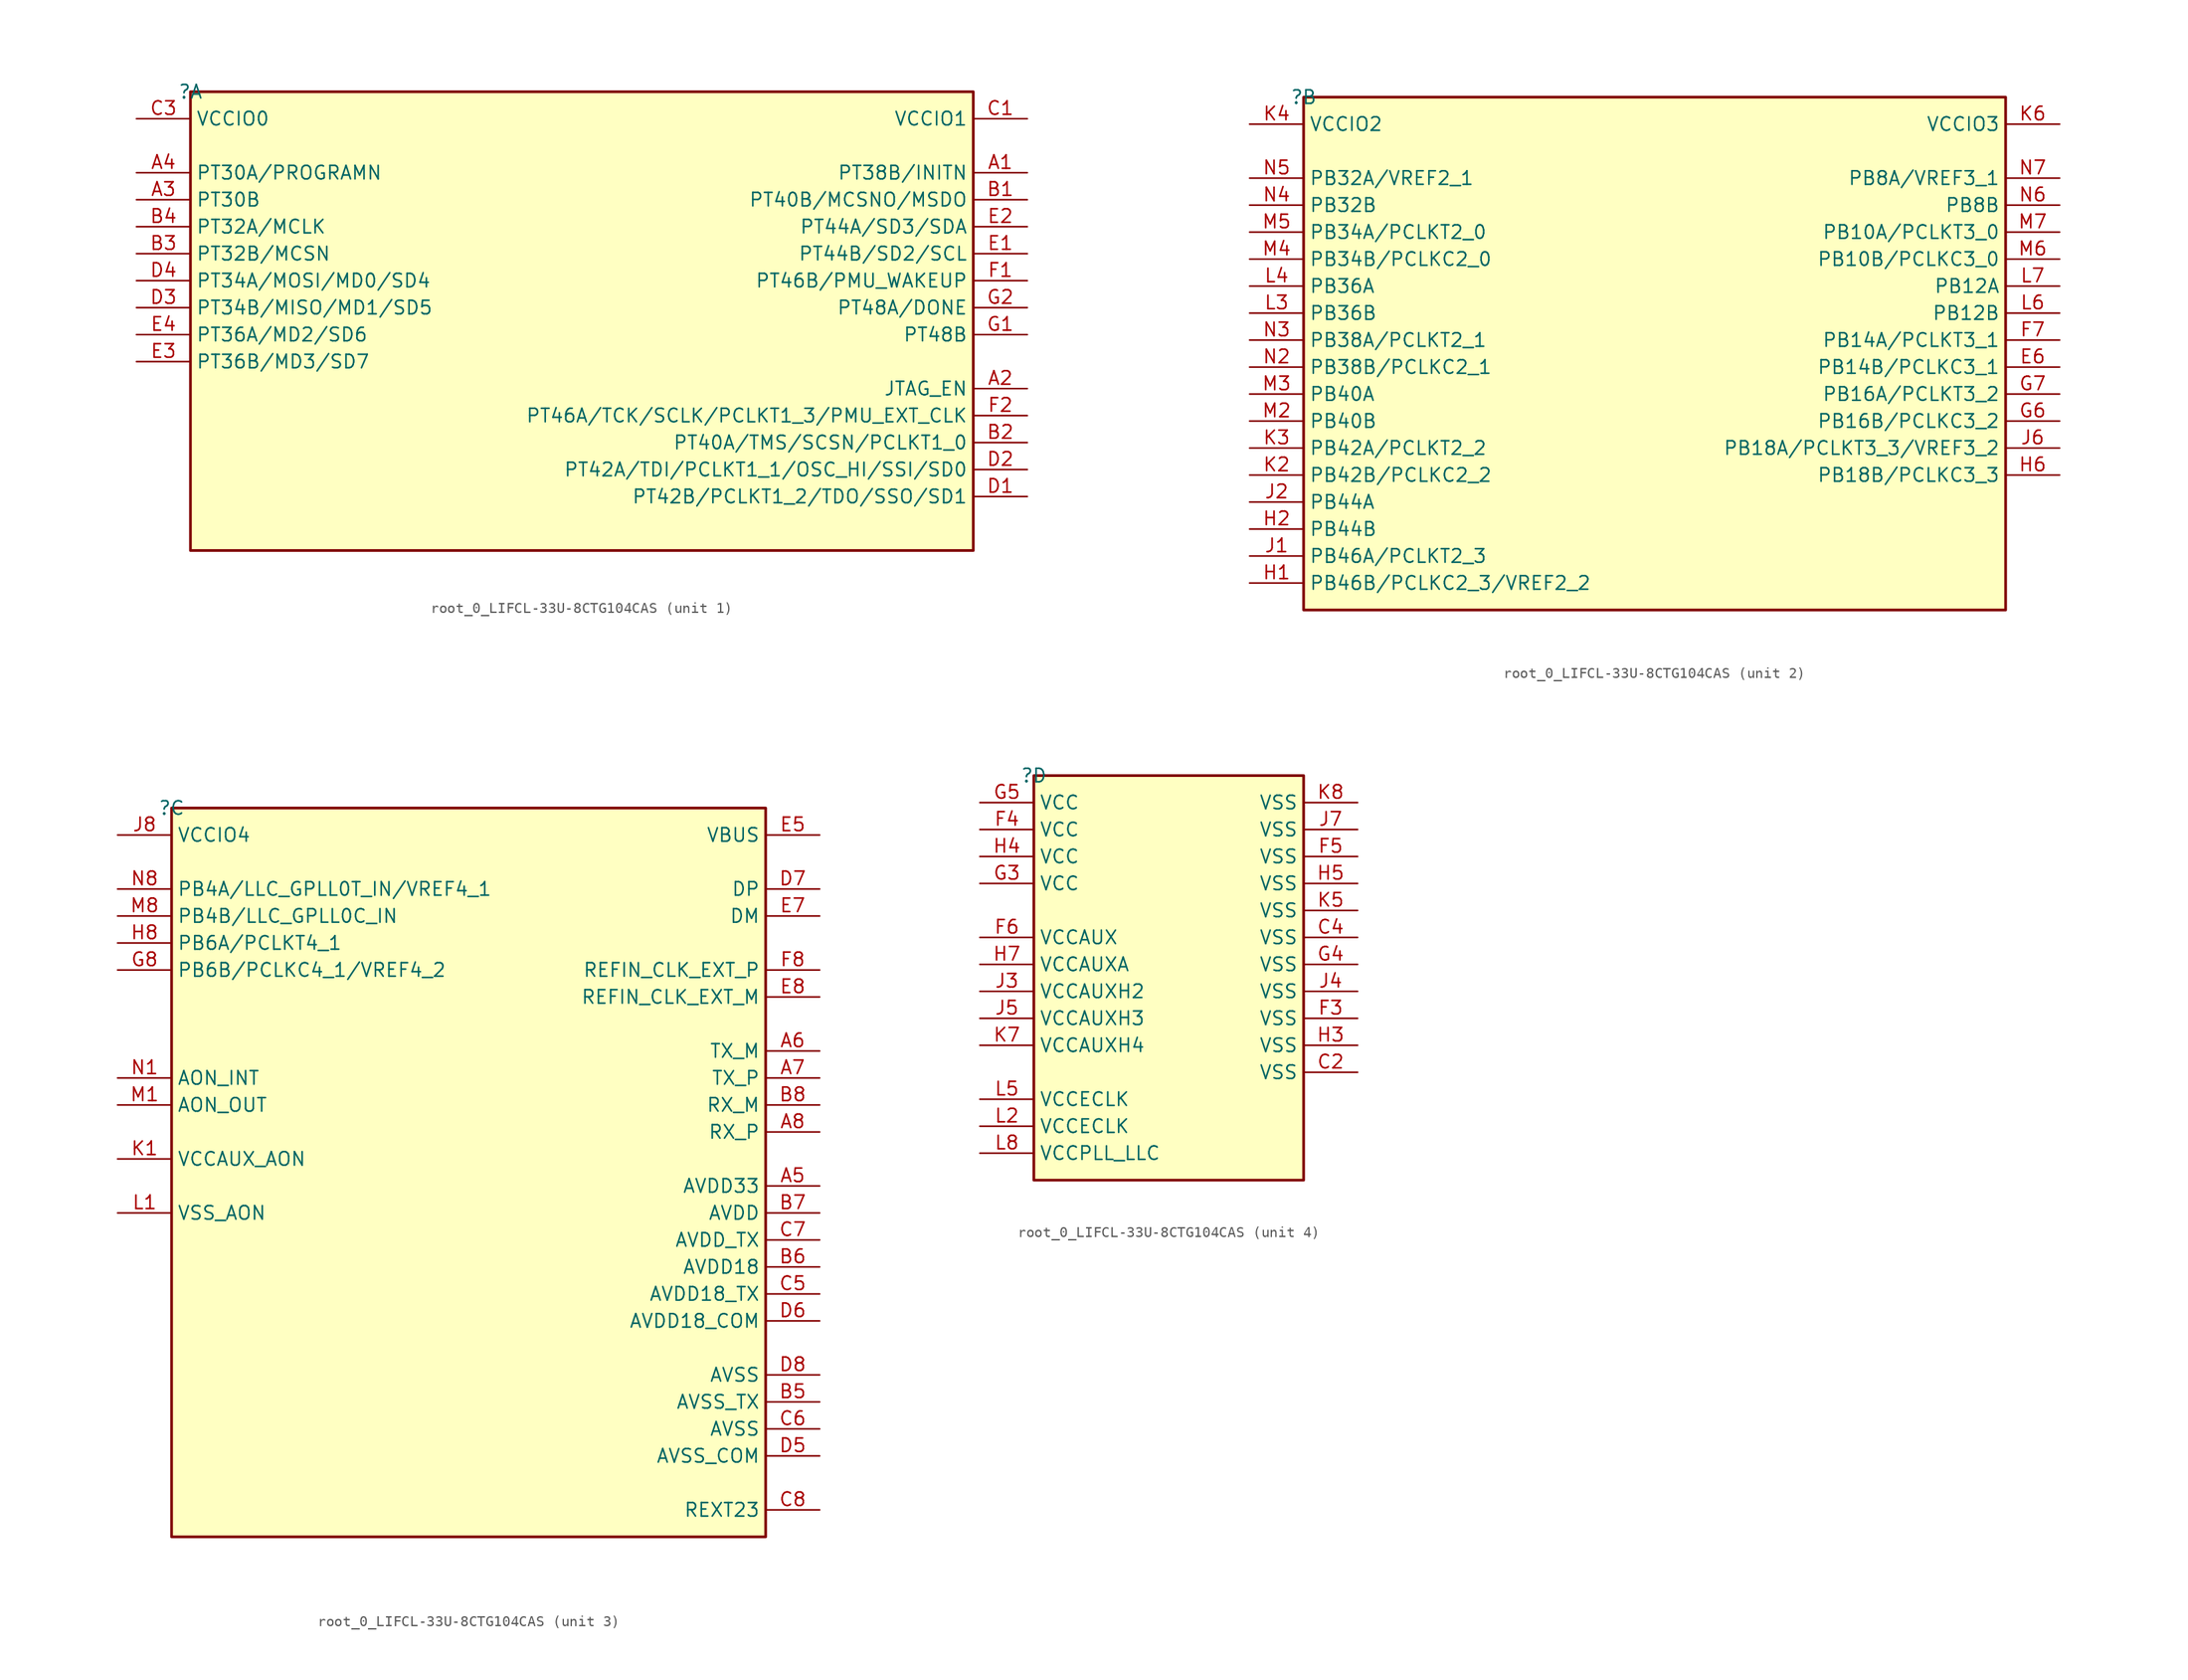
<source format=kicad_sym>
(kicad_symbol_lib
  (version 20231120)
  (generator "kicad_symbol_editor")
  (generator_version "8.0")
  (symbol "root_0_LIFCL-33U-8CTG104CAS"
    (property "Reference" ""
      (at 0 0 0)
      (effects (font (size 1.27 1.27))))
    (property "Value" ""
      (at 0 0 0)
      (effects (font (size 1.27 1.27))))
    (symbol "root_0_LIFCL-33U-8CTG104CAS_1_0"
      (rectangle (start 73.66 0) (end 0 -43.18) (stroke (width 0.254) (type solid) (color 128 0 0 1)) (fill (type background)))
      (pin bidirectional line (at 78.74 -7.62 180) (length 5.08) (name "PT38B/INITN" (effects (font (size 1.27 1.27)))) (number "A1" (effects (font (size 1.27 1.27)))))
      (pin bidirectional line (at 78.74 -27.94 180) (length 5.08) (name "JTAG_EN" (effects (font (size 1.27 1.27)))) (number "A2" (effects (font (size 1.27 1.27)))))
      (pin bidirectional line (at -5.08 -10.16 0) (length 5.08) (name "PT30B" (effects (font (size 1.27 1.27)))) (number "A3" (effects (font (size 1.27 1.27)))))
      (pin bidirectional line (at -5.08 -7.62 0) (length 5.08) (name "PT30A/PROGRAMN" (effects (font (size 1.27 1.27)))) (number "A4" (effects (font (size 1.27 1.27)))))
      (pin bidirectional line (at 78.74 -10.16 180) (length 5.08) (name "PT40B/MCSNO/MSDO" (effects (font (size 1.27 1.27)))) (number "B1" (effects (font (size 1.27 1.27)))))
      (pin bidirectional line (at 78.74 -33.02 180) (length 5.08) (name "PT40A/TMS/SCSN/PCLKT1_0" (effects (font (size 1.27 1.27)))) (number "B2" (effects (font (size 1.27 1.27)))))
      (pin bidirectional line (at -5.08 -15.24 0) (length 5.08) (name "PT32B/MCSN" (effects (font (size 1.27 1.27)))) (number "B3" (effects (font (size 1.27 1.27)))))
      (pin bidirectional line (at -5.08 -12.7 0) (length 5.08) (name "PT32A/MCLK" (effects (font (size 1.27 1.27)))) (number "B4" (effects (font (size 1.27 1.27)))))
      (pin power_in line (at 78.74 -2.54 180) (length 5.08) (name "VCCIO1" (effects (font (size 1.27 1.27)))) (number "C1" (effects (font (size 1.27 1.27)))))
      (pin power_in line (at -5.08 -2.54 0) (length 5.08) (name "VCCIO0" (effects (font (size 1.27 1.27)))) (number "C3" (effects (font (size 1.27 1.27)))))
      (pin bidirectional line (at 78.74 -38.1 180) (length 5.08) (name "PT42B/PCLKT1_2/TDO/SSO/SD1" (effects (font (size 1.27 1.27)))) (number "D1" (effects (font (size 1.27 1.27)))))
      (pin bidirectional line (at 78.74 -35.56 180) (length 5.08) (name "PT42A/TDI/PCLKT1_1/OSC_HI/SSI/SD0" (effects (font (size 1.27 1.27)))) (number "D2" (effects (font (size 1.27 1.27)))))
      (pin bidirectional line (at -5.08 -20.32 0) (length 5.08) (name "PT34B/MISO/MD1/SD5" (effects (font (size 1.27 1.27)))) (number "D3" (effects (font (size 1.27 1.27)))))
      (pin bidirectional line (at -5.08 -17.78 0) (length 5.08) (name "PT34A/MOSI/MD0/SD4" (effects (font (size 1.27 1.27)))) (number "D4" (effects (font (size 1.27 1.27)))))
      (pin bidirectional line (at 78.74 -15.24 180) (length 5.08) (name "PT44B/SD2/SCL" (effects (font (size 1.27 1.27)))) (number "E1" (effects (font (size 1.27 1.27)))))
      (pin bidirectional line (at 78.74 -12.7 180) (length 5.08) (name "PT44A/SD3/SDA" (effects (font (size 1.27 1.27)))) (number "E2" (effects (font (size 1.27 1.27)))))
      (pin bidirectional line (at -5.08 -25.4 0) (length 5.08) (name "PT36B/MD3/SD7" (effects (font (size 1.27 1.27)))) (number "E3" (effects (font (size 1.27 1.27)))))
      (pin bidirectional line (at -5.08 -22.86 0) (length 5.08) (name "PT36A/MD2/SD6" (effects (font (size 1.27 1.27)))) (number "E4" (effects (font (size 1.27 1.27)))))
      (pin bidirectional line (at 78.74 -17.78 180) (length 5.08) (name "PT46B/PMU_WAKEUP" (effects (font (size 1.27 1.27)))) (number "F1" (effects (font (size 1.27 1.27)))))
      (pin bidirectional line (at 78.74 -30.48 180) (length 5.08) (name "PT46A/TCK/SCLK/PCLKT1_3/PMU_EXT_CLK" (effects (font (size 1.27 1.27)))) (number "F2" (effects (font (size 1.27 1.27)))))
      (pin bidirectional line (at 78.74 -22.86 180) (length 5.08) (name "PT48B" (effects (font (size 1.27 1.27)))) (number "G1" (effects (font (size 1.27 1.27)))))
      (pin bidirectional line (at 78.74 -20.32 180) (length 5.08) (name "PT48A/DONE" (effects (font (size 1.27 1.27)))) (number "G2" (effects (font (size 1.27 1.27))))))
    (symbol "root_0_LIFCL-33U-8CTG104CAS_2_0"
      (rectangle (start 66.04 0) (end 0 -48.26) (stroke (width 0.254) (type solid) (color 128 0 0 1)) (fill (type background)))
      (pin bidirectional line (at 71.12 -25.4 180) (length 5.08) (name "PB14B/PCLKC3_1" (effects (font (size 1.27 1.27)))) (number "E6" (effects (font (size 1.27 1.27)))))
      (pin bidirectional line (at 71.12 -22.86 180) (length 5.08) (name "PB14A/PCLKT3_1" (effects (font (size 1.27 1.27)))) (number "F7" (effects (font (size 1.27 1.27)))))
      (pin bidirectional line (at 71.12 -30.48 180) (length 5.08) (name "PB16B/PCLKC3_2" (effects (font (size 1.27 1.27)))) (number "G6" (effects (font (size 1.27 1.27)))))
      (pin bidirectional line (at 71.12 -27.94 180) (length 5.08) (name "PB16A/PCLKT3_2" (effects (font (size 1.27 1.27)))) (number "G7" (effects (font (size 1.27 1.27)))))
      (pin bidirectional line (at -5.08 -45.72 0) (length 5.08) (name "PB46B/PCLKC2_3/VREF2_2" (effects (font (size 1.27 1.27)))) (number "H1" (effects (font (size 1.27 1.27)))))
      (pin bidirectional line (at -5.08 -40.64 0) (length 5.08) (name "PB44B" (effects (font (size 1.27 1.27)))) (number "H2" (effects (font (size 1.27 1.27)))))
      (pin bidirectional line (at 71.12 -35.56 180) (length 5.08) (name "PB18B/PCLKC3_3" (effects (font (size 1.27 1.27)))) (number "H6" (effects (font (size 1.27 1.27)))))
      (pin bidirectional line (at -5.08 -43.18 0) (length 5.08) (name "PB46A/PCLKT2_3" (effects (font (size 1.27 1.27)))) (number "J1" (effects (font (size 1.27 1.27)))))
      (pin bidirectional line (at -5.08 -38.1 0) (length 5.08) (name "PB44A" (effects (font (size 1.27 1.27)))) (number "J2" (effects (font (size 1.27 1.27)))))
      (pin bidirectional line (at 71.12 -33.02 180) (length 5.08) (name "PB18A/PCLKT3_3/VREF3_2" (effects (font (size 1.27 1.27)))) (number "J6" (effects (font (size 1.27 1.27)))))
      (pin bidirectional line (at -5.08 -35.56 0) (length 5.08) (name "PB42B/PCLKC2_2" (effects (font (size 1.27 1.27)))) (number "K2" (effects (font (size 1.27 1.27)))))
      (pin bidirectional line (at -5.08 -33.02 0) (length 5.08) (name "PB42A/PCLKT2_2" (effects (font (size 1.27 1.27)))) (number "K3" (effects (font (size 1.27 1.27)))))
      (pin power_in line (at -5.08 -2.54 0) (length 5.08) (name "VCCIO2" (effects (font (size 1.27 1.27)))) (number "K4" (effects (font (size 1.27 1.27)))))
      (pin power_in line (at 71.12 -2.54 180) (length 5.08) (name "VCCIO3" (effects (font (size 1.27 1.27)))) (number "K6" (effects (font (size 1.27 1.27)))))
      (pin bidirectional line (at -5.08 -20.32 0) (length 5.08) (name "PB36B" (effects (font (size 1.27 1.27)))) (number "L3" (effects (font (size 1.27 1.27)))))
      (pin bidirectional line (at -5.08 -17.78 0) (length 5.08) (name "PB36A" (effects (font (size 1.27 1.27)))) (number "L4" (effects (font (size 1.27 1.27)))))
      (pin bidirectional line (at 71.12 -20.32 180) (length 5.08) (name "PB12B" (effects (font (size 1.27 1.27)))) (number "L6" (effects (font (size 1.27 1.27)))))
      (pin bidirectional line (at 71.12 -17.78 180) (length 5.08) (name "PB12A" (effects (font (size 1.27 1.27)))) (number "L7" (effects (font (size 1.27 1.27)))))
      (pin bidirectional line (at -5.08 -30.48 0) (length 5.08) (name "PB40B" (effects (font (size 1.27 1.27)))) (number "M2" (effects (font (size 1.27 1.27)))))
      (pin bidirectional line (at -5.08 -27.94 0) (length 5.08) (name "PB40A" (effects (font (size 1.27 1.27)))) (number "M3" (effects (font (size 1.27 1.27)))))
      (pin bidirectional line (at -5.08 -15.24 0) (length 5.08) (name "PB34B/PCLKC2_0" (effects (font (size 1.27 1.27)))) (number "M4" (effects (font (size 1.27 1.27)))))
      (pin bidirectional line (at -5.08 -12.7 0) (length 5.08) (name "PB34A/PCLKT2_0" (effects (font (size 1.27 1.27)))) (number "M5" (effects (font (size 1.27 1.27)))))
      (pin bidirectional line (at 71.12 -15.24 180) (length 5.08) (name "PB10B/PCLKC3_0" (effects (font (size 1.27 1.27)))) (number "M6" (effects (font (size 1.27 1.27)))))
      (pin bidirectional line (at 71.12 -12.7 180) (length 5.08) (name "PB10A/PCLKT3_0" (effects (font (size 1.27 1.27)))) (number "M7" (effects (font (size 1.27 1.27)))))
      (pin bidirectional line (at -5.08 -25.4 0) (length 5.08) (name "PB38B/PCLKC2_1" (effects (font (size 1.27 1.27)))) (number "N2" (effects (font (size 1.27 1.27)))))
      (pin bidirectional line (at -5.08 -22.86 0) (length 5.08) (name "PB38A/PCLKT2_1" (effects (font (size 1.27 1.27)))) (number "N3" (effects (font (size 1.27 1.27)))))
      (pin bidirectional line (at -5.08 -10.16 0) (length 5.08) (name "PB32B" (effects (font (size 1.27 1.27)))) (number "N4" (effects (font (size 1.27 1.27)))))
      (pin bidirectional line (at -5.08 -7.62 0) (length 5.08) (name "PB32A/VREF2_1" (effects (font (size 1.27 1.27)))) (number "N5" (effects (font (size 1.27 1.27)))))
      (pin bidirectional line (at 71.12 -10.16 180) (length 5.08) (name "PB8B" (effects (font (size 1.27 1.27)))) (number "N6" (effects (font (size 1.27 1.27)))))
      (pin bidirectional line (at 71.12 -7.62 180) (length 5.08) (name "PB8A/VREF3_1" (effects (font (size 1.27 1.27)))) (number "N7" (effects (font (size 1.27 1.27))))))
    (symbol "root_0_LIFCL-33U-8CTG104CAS_3_0"
      (rectangle (start 55.88 0) (end 0 -68.58) (stroke (width 0.254) (type solid) (color 128 0 0 1)) (fill (type background)))
      (pin power_in line (at 60.96 -35.56 180) (length 5.08) (name "AVDD33" (effects (font (size 1.27 1.27)))) (number "A5" (effects (font (size 1.27 1.27)))))
      (pin bidirectional line (at 60.96 -22.86 180) (length 5.08) (name "TX_M" (effects (font (size 1.27 1.27)))) (number "A6" (effects (font (size 1.27 1.27)))))
      (pin bidirectional line (at 60.96 -25.4 180) (length 5.08) (name "TX_P" (effects (font (size 1.27 1.27)))) (number "A7" (effects (font (size 1.27 1.27)))))
      (pin bidirectional line (at 60.96 -30.48 180) (length 5.08) (name "RX_P" (effects (font (size 1.27 1.27)))) (number "A8" (effects (font (size 1.27 1.27)))))
      (pin power_in line (at 60.96 -55.88 180) (length 5.08) (name "AVSS_TX" (effects (font (size 1.27 1.27)))) (number "B5" (effects (font (size 1.27 1.27)))))
      (pin power_in line (at 60.96 -43.18 180) (length 5.08) (name "AVDD18" (effects (font (size 1.27 1.27)))) (number "B6" (effects (font (size 1.27 1.27)))))
      (pin power_in line (at 60.96 -38.1 180) (length 5.08) (name "AVDD" (effects (font (size 1.27 1.27)))) (number "B7" (effects (font (size 1.27 1.27)))))
      (pin bidirectional line (at 60.96 -27.94 180) (length 5.08) (name "RX_M" (effects (font (size 1.27 1.27)))) (number "B8" (effects (font (size 1.27 1.27)))))
      (pin power_in line (at 60.96 -45.72 180) (length 5.08) (name "AVDD18_TX" (effects (font (size 1.27 1.27)))) (number "C5" (effects (font (size 1.27 1.27)))))
      (pin power_in line (at 60.96 -58.42 180) (length 5.08) (name "AVSS" (effects (font (size 1.27 1.27)))) (number "C6" (effects (font (size 1.27 1.27)))))
      (pin power_in line (at 60.96 -40.64 180) (length 5.08) (name "AVDD_TX" (effects (font (size 1.27 1.27)))) (number "C7" (effects (font (size 1.27 1.27)))))
      (pin power_in line (at 60.96 -66.04 180) (length 5.08) (name "REXT23" (effects (font (size 1.27 1.27)))) (number "C8" (effects (font (size 1.27 1.27)))))
      (pin power_in line (at 60.96 -60.96 180) (length 5.08) (name "AVSS_COM" (effects (font (size 1.27 1.27)))) (number "D5" (effects (font (size 1.27 1.27)))))
      (pin power_in line (at 60.96 -48.26 180) (length 5.08) (name "AVDD18_COM" (effects (font (size 1.27 1.27)))) (number "D6" (effects (font (size 1.27 1.27)))))
      (pin bidirectional line (at 60.96 -7.62 180) (length 5.08) (name "DP" (effects (font (size 1.27 1.27)))) (number "D7" (effects (font (size 1.27 1.27)))))
      (pin power_in line (at 60.96 -53.34 180) (length 5.08) (name "AVSS" (effects (font (size 1.27 1.27)))) (number "D8" (effects (font (size 1.27 1.27)))))
      (pin bidirectional line (at 60.96 -2.54 180) (length 5.08) (name "VBUS" (effects (font (size 1.27 1.27)))) (number "E5" (effects (font (size 1.27 1.27)))))
      (pin bidirectional line (at 60.96 -10.16 180) (length 5.08) (name "DM" (effects (font (size 1.27 1.27)))) (number "E7" (effects (font (size 1.27 1.27)))))
      (pin bidirectional line (at 60.96 -17.78 180) (length 5.08) (name "REFIN_CLK_EXT_M" (effects (font (size 1.27 1.27)))) (number "E8" (effects (font (size 1.27 1.27)))))
      (pin bidirectional line (at 60.96 -15.24 180) (length 5.08) (name "REFIN_CLK_EXT_P" (effects (font (size 1.27 1.27)))) (number "F8" (effects (font (size 1.27 1.27)))))
      (pin bidirectional line (at -5.08 -15.24 0) (length 5.08) (name "PB6B/PCLKC4_1/VREF4_2" (effects (font (size 1.27 1.27)))) (number "G8" (effects (font (size 1.27 1.27)))))
      (pin bidirectional line (at -5.08 -12.7 0) (length 5.08) (name "PB6A/PCLKT4_1" (effects (font (size 1.27 1.27)))) (number "H8" (effects (font (size 1.27 1.27)))))
      (pin power_in line (at -5.08 -2.54 0) (length 5.08) (name "VCCIO4" (effects (font (size 1.27 1.27)))) (number "J8" (effects (font (size 1.27 1.27)))))
      (pin power_in line (at -5.08 -33.02 0) (length 5.08) (name "VCCAUX_AON" (effects (font (size 1.27 1.27)))) (number "K1" (effects (font (size 1.27 1.27)))))
      (pin power_in line (at -5.08 -38.1 0) (length 5.08) (name "VSS_AON" (effects (font (size 1.27 1.27)))) (number "L1" (effects (font (size 1.27 1.27)))))
      (pin bidirectional line (at -5.08 -27.94 0) (length 5.08) (name "AON_OUT" (effects (font (size 1.27 1.27)))) (number "M1" (effects (font (size 1.27 1.27)))))
      (pin bidirectional line (at -5.08 -10.16 0) (length 5.08) (name "PB4B/LLC_GPLL0C_IN" (effects (font (size 1.27 1.27)))) (number "M8" (effects (font (size 1.27 1.27)))))
      (pin bidirectional line (at -5.08 -25.4 0) (length 5.08) (name "AON_INT" (effects (font (size 1.27 1.27)))) (number "N1" (effects (font (size 1.27 1.27)))))
      (pin bidirectional line (at -5.08 -7.62 0) (length 5.08) (name "PB4A/LLC_GPLL0T_IN/VREF4_1" (effects (font (size 1.27 1.27)))) (number "N8" (effects (font (size 1.27 1.27))))))
    (symbol "root_0_LIFCL-33U-8CTG104CAS_4_0"
      (rectangle (start 25.4 0) (end 0 -38.1) (stroke (width 0.254) (type solid) (color 128 0 0 1)) (fill (type background)))
      (pin power_in line (at 30.48 -27.94 180) (length 5.08) (name "VSS" (effects (font (size 1.27 1.27)))) (number "C2" (effects (font (size 1.27 1.27)))))
      (pin power_in line (at 30.48 -15.24 180) (length 5.08) (name "VSS" (effects (font (size 1.27 1.27)))) (number "C4" (effects (font (size 1.27 1.27)))))
      (pin power_in line (at 30.48 -22.86 180) (length 5.08) (name "VSS" (effects (font (size 1.27 1.27)))) (number "F3" (effects (font (size 1.27 1.27)))))
      (pin power_in line (at -5.08 -5.08 0) (length 5.08) (name "VCC" (effects (font (size 1.27 1.27)))) (number "F4" (effects (font (size 1.27 1.27)))))
      (pin power_in line (at 30.48 -7.62 180) (length 5.08) (name "VSS" (effects (font (size 1.27 1.27)))) (number "F5" (effects (font (size 1.27 1.27)))))
      (pin power_in line (at -5.08 -15.24 0) (length 5.08) (name "VCCAUX" (effects (font (size 1.27 1.27)))) (number "F6" (effects (font (size 1.27 1.27)))))
      (pin power_in line (at -5.08 -10.16 0) (length 5.08) (name "VCC" (effects (font (size 1.27 1.27)))) (number "G3" (effects (font (size 1.27 1.27)))))
      (pin power_in line (at 30.48 -17.78 180) (length 5.08) (name "VSS" (effects (font (size 1.27 1.27)))) (number "G4" (effects (font (size 1.27 1.27)))))
      (pin power_in line (at -5.08 -2.54 0) (length 5.08) (name "VCC" (effects (font (size 1.27 1.27)))) (number "G5" (effects (font (size 1.27 1.27)))))
      (pin power_in line (at 30.48 -25.4 180) (length 5.08) (name "VSS" (effects (font (size 1.27 1.27)))) (number "H3" (effects (font (size 1.27 1.27)))))
      (pin power_in line (at -5.08 -7.62 0) (length 5.08) (name "VCC" (effects (font (size 1.27 1.27)))) (number "H4" (effects (font (size 1.27 1.27)))))
      (pin power_in line (at 30.48 -10.16 180) (length 5.08) (name "VSS" (effects (font (size 1.27 1.27)))) (number "H5" (effects (font (size 1.27 1.27)))))
      (pin power_in line (at -5.08 -17.78 0) (length 5.08) (name "VCCAUXA" (effects (font (size 1.27 1.27)))) (number "H7" (effects (font (size 1.27 1.27)))))
      (pin power_in line (at -5.08 -20.32 0) (length 5.08) (name "VCCAUXH2" (effects (font (size 1.27 1.27)))) (number "J3" (effects (font (size 1.27 1.27)))))
      (pin power_in line (at 30.48 -20.32 180) (length 5.08) (name "VSS" (effects (font (size 1.27 1.27)))) (number "J4" (effects (font (size 1.27 1.27)))))
      (pin power_in line (at -5.08 -22.86 0) (length 5.08) (name "VCCAUXH3" (effects (font (size 1.27 1.27)))) (number "J5" (effects (font (size 1.27 1.27)))))
      (pin power_in line (at 30.48 -5.08 180) (length 5.08) (name "VSS" (effects (font (size 1.27 1.27)))) (number "J7" (effects (font (size 1.27 1.27)))))
      (pin power_in line (at 30.48 -12.7 180) (length 5.08) (name "VSS" (effects (font (size 1.27 1.27)))) (number "K5" (effects (font (size 1.27 1.27)))))
      (pin power_in line (at -5.08 -25.4 0) (length 5.08) (name "VCCAUXH4" (effects (font (size 1.27 1.27)))) (number "K7" (effects (font (size 1.27 1.27)))))
      (pin power_in line (at 30.48 -2.54 180) (length 5.08) (name "VSS" (effects (font (size 1.27 1.27)))) (number "K8" (effects (font (size 1.27 1.27)))))
      (pin power_in line (at -5.08 -33.02 0) (length 5.08) (name "VCCECLK" (effects (font (size 1.27 1.27)))) (number "L2" (effects (font (size 1.27 1.27)))))
      (pin power_in line (at -5.08 -30.48 0) (length 5.08) (name "VCCECLK" (effects (font (size 1.27 1.27)))) (number "L5" (effects (font (size 1.27 1.27)))))
      (pin power_in line (at -5.08 -35.56 0) (length 5.08) (name "VCCPLL_LLC" (effects (font (size 1.27 1.27)))) (number "L8" (effects (font (size 1.27 1.27))))))))
</source>
